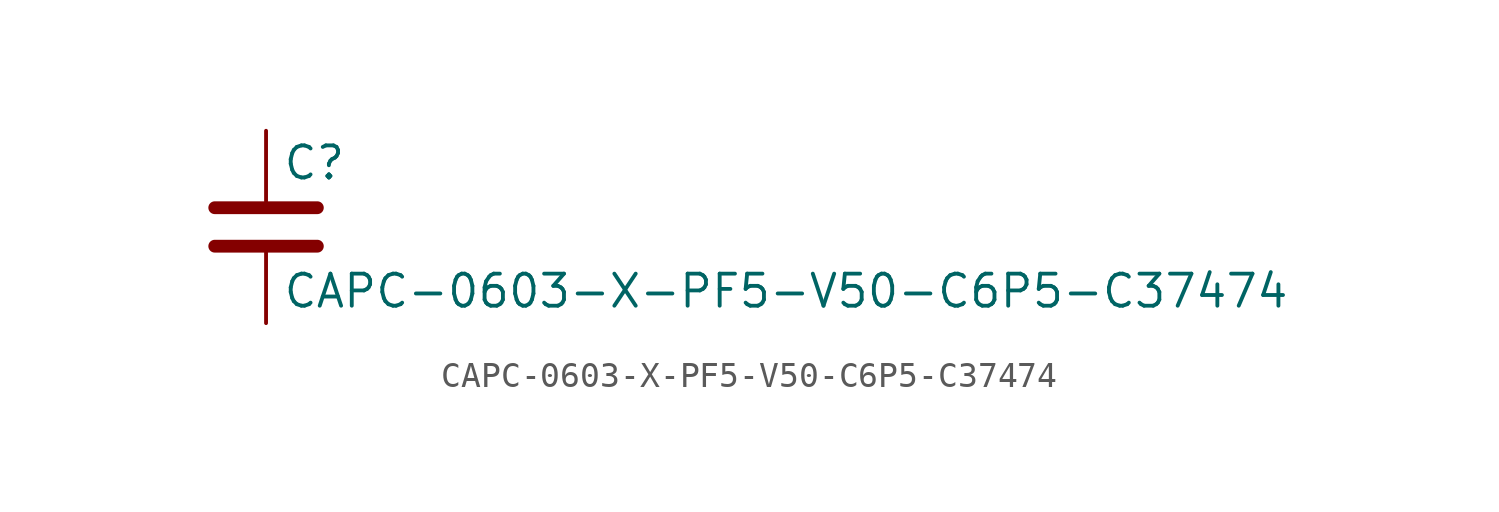
<source format=kicad_sym>
(kicad_symbol_lib
  (version 20211014)
  (generator kicad_symbol_editor)
  (symbol "CAPC-0603-X-PF5-V50-C6P5-C37474"
    (pin_numbers hide)
    (pin_names
      (offset 0.254))
    (property "Reference" "C"
      (at 0.635 2.54 0)
      (effects (font (size 1.27 1.27)) (justify left)))
    (property "Value" "CAPC-0603-X-PF5-V50-C6P5-C37474"
      (at 0.635 -2.54 0)
      (effects (font (size 1.27 1.27)) (justify left)))
    (symbol "CAPC-0603-X-PF5-V50-C6P5-C37474_0_1"
      (polyline (pts (xy -2.032 -0.762) (xy 2.032 -0.762)) (stroke (width 0.508) (type default) (color 0 0 0 0)) (fill (type none)))
      (polyline (pts (xy -2.032 0.762) (xy 2.032 0.762)) (stroke (width 0.508) (type default) (color 0 0 0 0)) (fill (type none))))
    (symbol "CAPC-0603-X-PF5-V50-C6P5-C37474_1_1"
      (pin passive line (at 0 3.81 270) (length 2.794) (name "~" (effects (font (size 1.27 1.27)))) (number "1" (effects (font (size 1.27 1.27)))))
      (pin passive line (at 0 -3.81 90) (length 2.794) (name "~" (effects (font (size 1.27 1.27)))) (number "2" (effects (font (size 1.27 1.27))))))))
</source>
